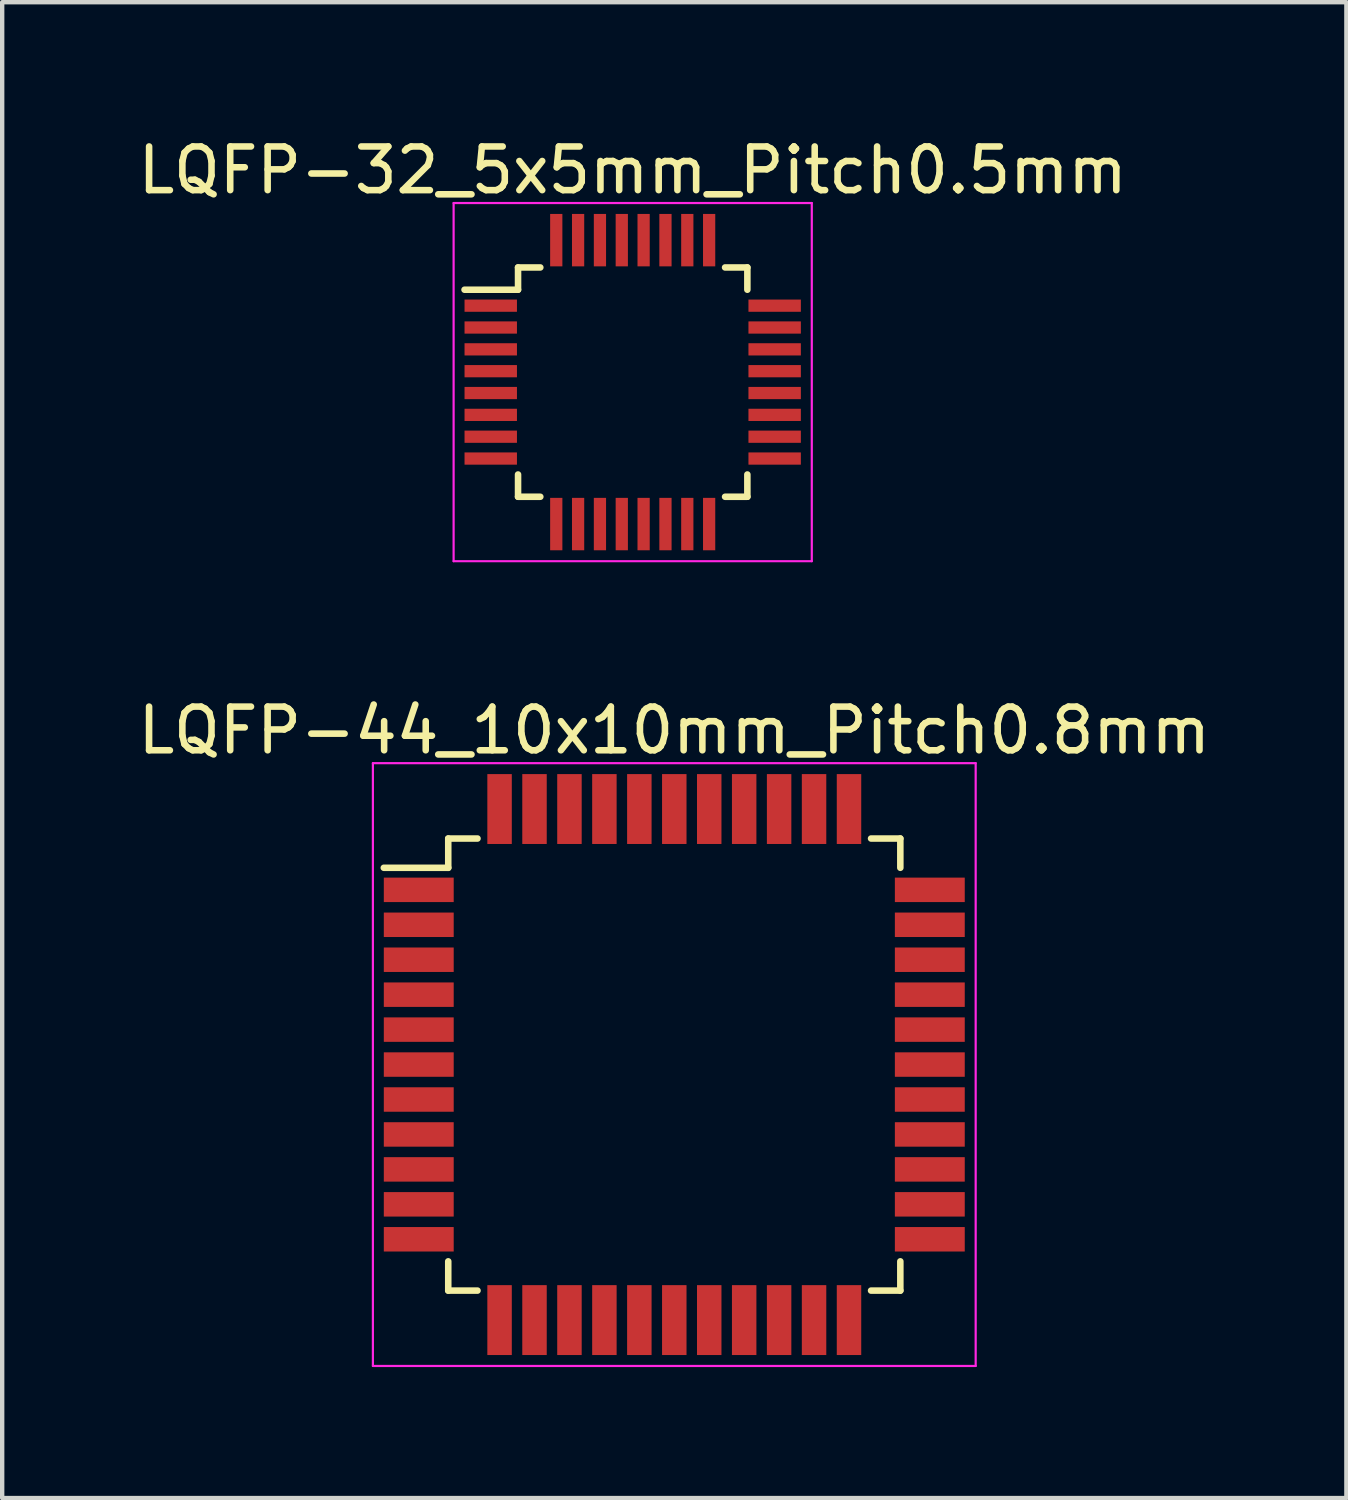
<source format=kicad_pcb>
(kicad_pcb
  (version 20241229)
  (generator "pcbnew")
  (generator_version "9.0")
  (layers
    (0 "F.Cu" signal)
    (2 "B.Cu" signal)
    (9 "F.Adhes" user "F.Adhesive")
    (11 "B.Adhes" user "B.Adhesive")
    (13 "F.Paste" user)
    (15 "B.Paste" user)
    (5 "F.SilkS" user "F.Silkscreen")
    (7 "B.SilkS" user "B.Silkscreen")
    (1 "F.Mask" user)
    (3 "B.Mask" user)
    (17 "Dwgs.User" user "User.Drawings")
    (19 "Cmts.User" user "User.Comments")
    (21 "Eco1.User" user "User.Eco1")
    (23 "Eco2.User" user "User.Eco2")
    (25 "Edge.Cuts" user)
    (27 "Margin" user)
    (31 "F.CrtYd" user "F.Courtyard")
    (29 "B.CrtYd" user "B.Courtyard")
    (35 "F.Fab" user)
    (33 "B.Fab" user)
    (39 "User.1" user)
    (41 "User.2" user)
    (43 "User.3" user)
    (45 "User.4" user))
  (footprint "LQFP-44_10x10mm_Pitch0.8mm"
    (layer "F.Cu")
    (at 12.387 21.322)
    (property "Reference" "LQFP-44_10x10mm_Pitch0.8mm" (at 0 -7.65 0) (layer "F.SilkS") (effects (font (size 1 1) (thickness 0.15))))
    (attr smd)
    (fp_line (start -5.175 -5.175) (end -5.175 -4.505) (stroke (width 0.15) (type solid)) (layer "F.SilkS"))
    (fp_line (start -5.175 -5.175) (end -4.505 -5.175) (stroke (width 0.15) (type solid)) (layer "F.SilkS"))
    (fp_line (start -5.175 -4.505) (end -6.65 -4.505) (stroke (width 0.15) (type solid)) (layer "F.SilkS"))
    (fp_line (start -5.175 5.175) (end -5.175 4.505) (stroke (width 0.15) (type solid)) (layer "F.SilkS"))
    (fp_line (start -5.175 5.175) (end -4.505 5.175) (stroke (width 0.15) (type solid)) (layer "F.SilkS"))
    (fp_line (start 5.175 -5.175) (end 4.505 -5.175) (stroke (width 0.15) (type solid)) (layer "F.SilkS"))
    (fp_line (start 5.175 -5.175) (end 5.175 -4.505) (stroke (width 0.15) (type solid)) (layer "F.SilkS"))
    (fp_line (start 5.175 5.175) (end 4.505 5.175) (stroke (width 0.15) (type solid)) (layer "F.SilkS"))
    (fp_line (start 5.175 5.175) (end 5.175 4.505) (stroke (width 0.15) (type solid)) (layer "F.SilkS"))
    (fp_line (start -6.9 -6.9) (end -6.9 6.9) (stroke (width 0.05) (type solid)) (layer "F.CrtYd"))
    (fp_line (start -6.9 -6.9) (end 6.9 -6.9) (stroke (width 0.05) (type solid)) (layer "F.CrtYd"))
    (fp_line (start -6.9 6.9) (end 6.9 6.9) (stroke (width 0.05) (type solid)) (layer "F.CrtYd"))
    (fp_line (start 6.9 -6.9) (end 6.9 6.9) (stroke (width 0.05) (type solid)) (layer "F.CrtYd"))
    (pad "1" smd rect (at -5.85 -4) (size 1.6 0.56) (layers "F.Cu" "F.Mask" "F.Paste"))
    (pad "2" smd rect (at -5.85 -3.2) (size 1.6 0.56) (layers "F.Cu" "F.Mask" "F.Paste"))
    (pad "3" smd rect (at -5.85 -2.4) (size 1.6 0.56) (layers "F.Cu" "F.Mask" "F.Paste"))
    (pad "4" smd rect (at -5.85 -1.6) (size 1.6 0.56) (layers "F.Cu" "F.Mask" "F.Paste"))
    (pad "5" smd rect (at -5.85 -0.8) (size 1.6 0.56) (layers "F.Cu" "F.Mask" "F.Paste"))
    (pad "6" smd rect (at -5.85 0) (size 1.6 0.56) (layers "F.Cu" "F.Mask" "F.Paste"))
    (pad "7" smd rect (at -5.85 0.8) (size 1.6 0.56) (layers "F.Cu" "F.Mask" "F.Paste"))
    (pad "8" smd rect (at -5.85 1.6) (size 1.6 0.56) (layers "F.Cu" "F.Mask" "F.Paste"))
    (pad "9" smd rect (at -5.85 2.4) (size 1.6 0.56) (layers "F.Cu" "F.Mask" "F.Paste"))
    (pad "10" smd rect (at -5.85 3.2) (size 1.6 0.56) (layers "F.Cu" "F.Mask" "F.Paste"))
    (pad "11" smd rect (at -5.85 4) (size 1.6 0.56) (layers "F.Cu" "F.Mask" "F.Paste"))
    (pad "12" smd rect (at -4 5.85 90) (size 1.6 0.56) (layers "F.Cu" "F.Mask" "F.Paste"))
    (pad "13" smd rect (at -3.2 5.85 90) (size 1.6 0.56) (layers "F.Cu" "F.Mask" "F.Paste"))
    (pad "14" smd rect (at -2.4 5.85 90) (size 1.6 0.56) (layers "F.Cu" "F.Mask" "F.Paste"))
    (pad "15" smd rect (at -1.6 5.85 90) (size 1.6 0.56) (layers "F.Cu" "F.Mask" "F.Paste"))
    (pad "16" smd rect (at -0.8 5.85 90) (size 1.6 0.56) (layers "F.Cu" "F.Mask" "F.Paste"))
    (pad "17" smd rect (at 0 5.85 90) (size 1.6 0.56) (layers "F.Cu" "F.Mask" "F.Paste"))
    (pad "18" smd rect (at 0.8 5.85 90) (size 1.6 0.56) (layers "F.Cu" "F.Mask" "F.Paste"))
    (pad "19" smd rect (at 1.6 5.85 90) (size 1.6 0.56) (layers "F.Cu" "F.Mask" "F.Paste"))
    (pad "20" smd rect (at 2.4 5.85 90) (size 1.6 0.56) (layers "F.Cu" "F.Mask" "F.Paste"))
    (pad "21" smd rect (at 3.2 5.85 90) (size 1.6 0.56) (layers "F.Cu" "F.Mask" "F.Paste"))
    (pad "22" smd rect (at 4 5.85 90) (size 1.6 0.56) (layers "F.Cu" "F.Mask" "F.Paste"))
    (pad "23" smd rect (at 5.85 4) (size 1.6 0.56) (layers "F.Cu" "F.Mask" "F.Paste"))
    (pad "24" smd rect (at 5.85 3.2) (size 1.6 0.56) (layers "F.Cu" "F.Mask" "F.Paste"))
    (pad "25" smd rect (at 5.85 2.4) (size 1.6 0.56) (layers "F.Cu" "F.Mask" "F.Paste"))
    (pad "26" smd rect (at 5.85 1.6) (size 1.6 0.56) (layers "F.Cu" "F.Mask" "F.Paste"))
    (pad "27" smd rect (at 5.85 0.8) (size 1.6 0.56) (layers "F.Cu" "F.Mask" "F.Paste"))
    (pad "28" smd rect (at 5.85 0) (size 1.6 0.56) (layers "F.Cu" "F.Mask" "F.Paste"))
    (pad "29" smd rect (at 5.85 -0.8) (size 1.6 0.56) (layers "F.Cu" "F.Mask" "F.Paste"))
    (pad "30" smd rect (at 5.85 -1.6) (size 1.6 0.56) (layers "F.Cu" "F.Mask" "F.Paste"))
    (pad "31" smd rect (at 5.85 -2.4) (size 1.6 0.56) (layers "F.Cu" "F.Mask" "F.Paste"))
    (pad "32" smd rect (at 5.85 -3.2) (size 1.6 0.56) (layers "F.Cu" "F.Mask" "F.Paste"))
    (pad "33" smd rect (at 5.85 -4) (size 1.6 0.56) (layers "F.Cu" "F.Mask" "F.Paste"))
    (pad "34" smd rect (at 4 -5.85 90) (size 1.6 0.56) (layers "F.Cu" "F.Mask" "F.Paste"))
    (pad "35" smd rect (at 3.2 -5.85 90) (size 1.6 0.56) (layers "F.Cu" "F.Mask" "F.Paste"))
    (pad "36" smd rect (at 2.4 -5.85 90) (size 1.6 0.56) (layers "F.Cu" "F.Mask" "F.Paste"))
    (pad "37" smd rect (at 1.6 -5.85 90) (size 1.6 0.56) (layers "F.Cu" "F.Mask" "F.Paste"))
    (pad "38" smd rect (at 0.8 -5.85 90) (size 1.6 0.56) (layers "F.Cu" "F.Mask" "F.Paste"))
    (pad "39" smd rect (at 0 -5.85 90) (size 1.6 0.56) (layers "F.Cu" "F.Mask" "F.Paste"))
    (pad "40" smd rect (at -0.8 -5.85 90) (size 1.6 0.56) (layers "F.Cu" "F.Mask" "F.Paste"))
    (pad "41" smd rect (at -1.6 -5.85 90) (size 1.6 0.56) (layers "F.Cu" "F.Mask" "F.Paste"))
    (pad "42" smd rect (at -2.4 -5.85 90) (size 1.6 0.56) (layers "F.Cu" "F.Mask" "F.Paste"))
    (pad "43" smd rect (at -3.2 -5.85 90) (size 1.6 0.56) (layers "F.Cu" "F.Mask" "F.Paste"))
    (pad "44" smd rect (at -4 -5.85 90) (size 1.6 0.56) (layers "F.Cu" "F.Mask" "F.Paste")))
  (footprint "LQFP-32_5x5mm_Pitch0.5mm"
    (layer "F.Cu")
    (at 11.435 5.698)
    (property "Reference" "LQFP-32_5x5mm_Pitch0.5mm" (at 0 -4.85 0) (layer "F.SilkS") (effects (font (size 1 1) (thickness 0.15))))
    (attr smd)
    (fp_line (start -2.625 -2.625) (end -2.625 -2.115) (stroke (width 0.15) (type solid)) (layer "F.SilkS"))
    (fp_line (start -2.625 -2.625) (end -2.115 -2.625) (stroke (width 0.15) (type solid)) (layer "F.SilkS"))
    (fp_line (start -2.625 -2.115) (end -3.85 -2.115) (stroke (width 0.15) (type solid)) (layer "F.SilkS"))
    (fp_line (start -2.625 2.625) (end -2.625 2.115) (stroke (width 0.15) (type solid)) (layer "F.SilkS"))
    (fp_line (start -2.625 2.625) (end -2.115 2.625) (stroke (width 0.15) (type solid)) (layer "F.SilkS"))
    (fp_line (start 2.625 -2.625) (end 2.115 -2.625) (stroke (width 0.15) (type solid)) (layer "F.SilkS"))
    (fp_line (start 2.625 -2.625) (end 2.625 -2.115) (stroke (width 0.15) (type solid)) (layer "F.SilkS"))
    (fp_line (start 2.625 2.625) (end 2.115 2.625) (stroke (width 0.15) (type solid)) (layer "F.SilkS"))
    (fp_line (start 2.625 2.625) (end 2.625 2.115) (stroke (width 0.15) (type solid)) (layer "F.SilkS"))
    (fp_line (start -4.1 -4.1) (end -4.1 4.1) (stroke (width 0.05) (type solid)) (layer "F.CrtYd"))
    (fp_line (start -4.1 -4.1) (end 4.1 -4.1) (stroke (width 0.05) (type solid)) (layer "F.CrtYd"))
    (fp_line (start -4.1 4.1) (end 4.1 4.1) (stroke (width 0.05) (type solid)) (layer "F.CrtYd"))
    (fp_line (start 4.1 -4.1) (end 4.1 4.1) (stroke (width 0.05) (type solid)) (layer "F.CrtYd"))
    (pad "1" smd rect (at -3.25 -1.75) (size 1.2 0.28) (layers "F.Cu" "F.Mask" "F.Paste"))
    (pad "2" smd rect (at -3.25 -1.25) (size 1.2 0.28) (layers "F.Cu" "F.Mask" "F.Paste"))
    (pad "3" smd rect (at -3.25 -0.75) (size 1.2 0.28) (layers "F.Cu" "F.Mask" "F.Paste"))
    (pad "4" smd rect (at -3.25 -0.25) (size 1.2 0.28) (layers "F.Cu" "F.Mask" "F.Paste"))
    (pad "5" smd rect (at -3.25 0.25) (size 1.2 0.28) (layers "F.Cu" "F.Mask" "F.Paste"))
    (pad "6" smd rect (at -3.25 0.75) (size 1.2 0.28) (layers "F.Cu" "F.Mask" "F.Paste"))
    (pad "7" smd rect (at -3.25 1.25) (size 1.2 0.28) (layers "F.Cu" "F.Mask" "F.Paste"))
    (pad "8" smd rect (at -3.25 1.75) (size 1.2 0.28) (layers "F.Cu" "F.Mask" "F.Paste"))
    (pad "9" smd rect (at -1.75 3.25 90) (size 1.2 0.28) (layers "F.Cu" "F.Mask" "F.Paste"))
    (pad "10" smd rect (at -1.25 3.25 90) (size 1.2 0.28) (layers "F.Cu" "F.Mask" "F.Paste"))
    (pad "11" smd rect (at -0.75 3.25 90) (size 1.2 0.28) (layers "F.Cu" "F.Mask" "F.Paste"))
    (pad "12" smd rect (at -0.25 3.25 90) (size 1.2 0.28) (layers "F.Cu" "F.Mask" "F.Paste"))
    (pad "13" smd rect (at 0.25 3.25 90) (size 1.2 0.28) (layers "F.Cu" "F.Mask" "F.Paste"))
    (pad "14" smd rect (at 0.75 3.25 90) (size 1.2 0.28) (layers "F.Cu" "F.Mask" "F.Paste"))
    (pad "15" smd rect (at 1.25 3.25 90) (size 1.2 0.28) (layers "F.Cu" "F.Mask" "F.Paste"))
    (pad "16" smd rect (at 1.75 3.25 90) (size 1.2 0.28) (layers "F.Cu" "F.Mask" "F.Paste"))
    (pad "17" smd rect (at 3.25 1.75) (size 1.2 0.28) (layers "F.Cu" "F.Mask" "F.Paste"))
    (pad "18" smd rect (at 3.25 1.25) (size 1.2 0.28) (layers "F.Cu" "F.Mask" "F.Paste"))
    (pad "19" smd rect (at 3.25 0.75) (size 1.2 0.28) (layers "F.Cu" "F.Mask" "F.Paste"))
    (pad "20" smd rect (at 3.25 0.25) (size 1.2 0.28) (layers "F.Cu" "F.Mask" "F.Paste"))
    (pad "21" smd rect (at 3.25 -0.25) (size 1.2 0.28) (layers "F.Cu" "F.Mask" "F.Paste"))
    (pad "22" smd rect (at 3.25 -0.75) (size 1.2 0.28) (layers "F.Cu" "F.Mask" "F.Paste"))
    (pad "23" smd rect (at 3.25 -1.25) (size 1.2 0.28) (layers "F.Cu" "F.Mask" "F.Paste"))
    (pad "24" smd rect (at 3.25 -1.75) (size 1.2 0.28) (layers "F.Cu" "F.Mask" "F.Paste"))
    (pad "25" smd rect (at 1.75 -3.25 90) (size 1.2 0.28) (layers "F.Cu" "F.Mask" "F.Paste"))
    (pad "26" smd rect (at 1.25 -3.25 90) (size 1.2 0.28) (layers "F.Cu" "F.Mask" "F.Paste"))
    (pad "27" smd rect (at 0.75 -3.25 90) (size 1.2 0.28) (layers "F.Cu" "F.Mask" "F.Paste"))
    (pad "28" smd rect (at 0.25 -3.25 90) (size 1.2 0.28) (layers "F.Cu" "F.Mask" "F.Paste"))
    (pad "29" smd rect (at -0.25 -3.25 90) (size 1.2 0.28) (layers "F.Cu" "F.Mask" "F.Paste"))
    (pad "30" smd rect (at -0.75 -3.25 90) (size 1.2 0.28) (layers "F.Cu" "F.Mask" "F.Paste"))
    (pad "31" smd rect (at -1.25 -3.25 90) (size 1.2 0.28) (layers "F.Cu" "F.Mask" "F.Paste"))
    (pad "32" smd rect (at -1.75 -3.25 90) (size 1.2 0.28) (layers "F.Cu" "F.Mask" "F.Paste")))
  (gr_rect
    (start -3 -3)
    (end 27.774 31.247)
    (stroke (width 0.1) (type default))
    (fill no)
    (layer "Edge.Cuts")))
</source>
